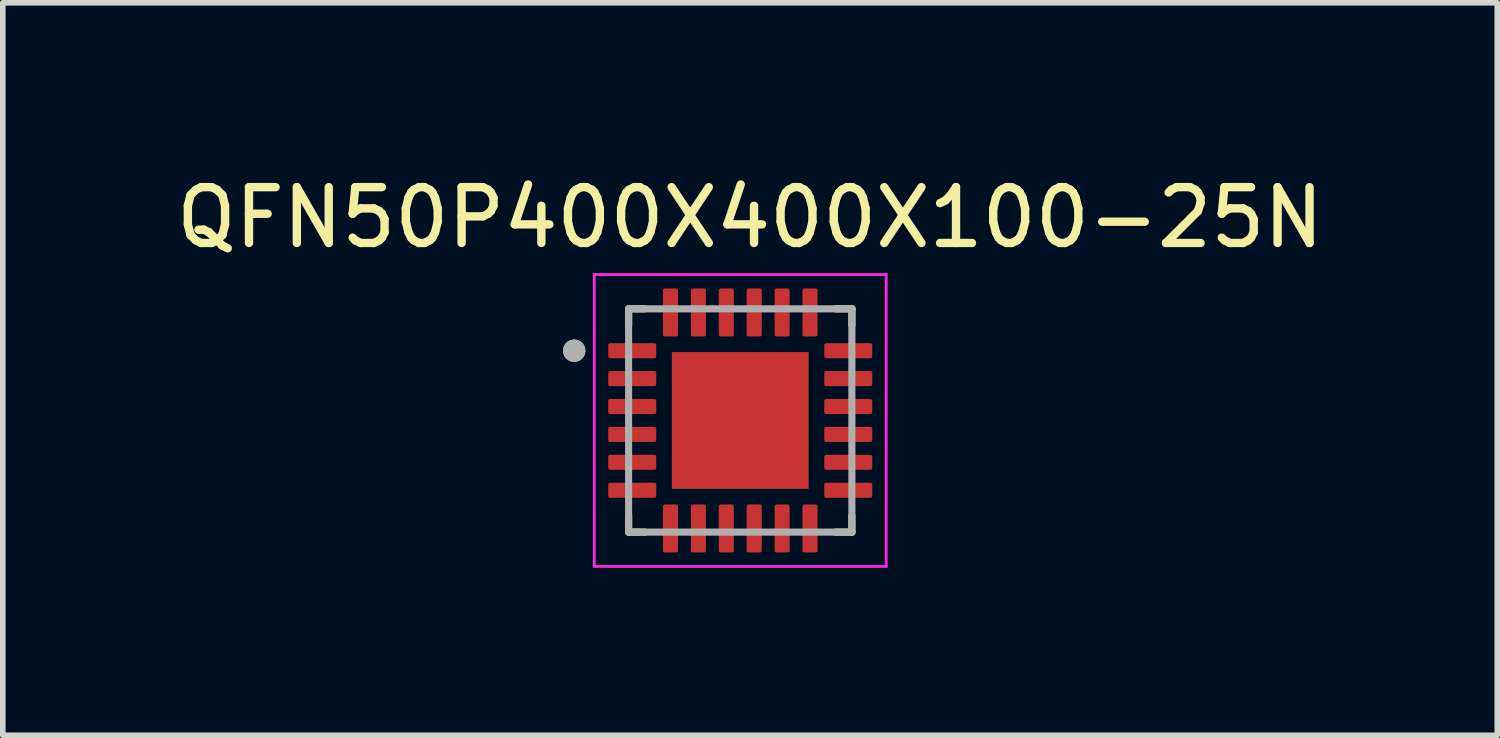
<source format=kicad_pcb>
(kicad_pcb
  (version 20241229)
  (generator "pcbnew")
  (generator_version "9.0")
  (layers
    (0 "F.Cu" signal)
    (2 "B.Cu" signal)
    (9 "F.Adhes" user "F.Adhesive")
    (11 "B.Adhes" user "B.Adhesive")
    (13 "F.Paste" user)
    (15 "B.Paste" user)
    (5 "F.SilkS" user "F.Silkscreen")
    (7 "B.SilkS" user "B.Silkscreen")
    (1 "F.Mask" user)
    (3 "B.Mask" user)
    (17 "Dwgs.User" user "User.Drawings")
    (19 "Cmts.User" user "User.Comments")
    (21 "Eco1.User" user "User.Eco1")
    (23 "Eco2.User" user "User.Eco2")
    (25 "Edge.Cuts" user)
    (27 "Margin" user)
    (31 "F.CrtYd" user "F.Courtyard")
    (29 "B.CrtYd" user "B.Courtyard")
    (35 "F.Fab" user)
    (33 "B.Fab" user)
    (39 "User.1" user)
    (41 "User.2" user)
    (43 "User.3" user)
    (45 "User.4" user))
  (footprint "QFN50P400X400X100-25N"
    (layer "F.Cu")
    (at 10.212 4.483)
    (property "Reference" "QFN50P400X400X100-25N" (at 0.175 -3.635 0) (layer "F.SilkS") (effects (font (size 1 1) (thickness 0.15))))
    (attr smd)
    (fp_line (start -2 -2) (end -2 -1.705) (stroke (width 0.127) (type solid)) (layer "F.SilkS"))
    (fp_line (start -2 -2) (end -1.705 -2) (stroke (width 0.127) (type solid)) (layer "F.SilkS"))
    (fp_line (start -2 2) (end -2 1.705) (stroke (width 0.127) (type solid)) (layer "F.SilkS"))
    (fp_line (start -2 2) (end -1.705 2) (stroke (width 0.127) (type solid)) (layer "F.SilkS"))
    (fp_line (start 2 -2) (end 1.705 -2) (stroke (width 0.127) (type solid)) (layer "F.SilkS"))
    (fp_line (start 2 -2) (end 2 -1.705) (stroke (width 0.127) (type solid)) (layer "F.SilkS"))
    (fp_line (start 2 2) (end 1.705 2) (stroke (width 0.127) (type solid)) (layer "F.SilkS"))
    (fp_line (start 2 2) (end 2 1.705) (stroke (width 0.127) (type solid)) (layer "F.SilkS"))
    (fp_circle (center -2.975 -1.25) (end -2.875 -1.25) (stroke (width 0.2) (type solid)) (fill no) (layer "F.SilkS"))
    (fp_poly (pts (xy -0.775 -0.775) (xy 0.775 -0.775) (xy 0.775 0.775) (xy -0.775 0.775)) (stroke (width 0.01) (type solid)) (fill yes) (layer "F.Paste"))
    (fp_line (start -2.615 -2.615) (end 2.615 -2.615) (stroke (width 0.05) (type solid)) (layer "F.CrtYd"))
    (fp_line (start -2.615 2.615) (end -2.615 -2.615) (stroke (width 0.05) (type solid)) (layer "F.CrtYd"))
    (fp_line (start -2.615 2.615) (end 2.615 2.615) (stroke (width 0.05) (type solid)) (layer "F.CrtYd"))
    (fp_line (start 2.615 2.615) (end 2.615 -2.615) (stroke (width 0.05) (type solid)) (layer "F.CrtYd"))
    (fp_line (start -2 2) (end -2 -2) (stroke (width 0.127) (type solid)) (layer "F.Fab"))
    (fp_line (start 2 -2) (end -2 -2) (stroke (width 0.127) (type solid)) (layer "F.Fab"))
    (fp_line (start 2 2) (end -2 2) (stroke (width 0.127) (type solid)) (layer "F.Fab"))
    (fp_line (start 2 2) (end 2 -2) (stroke (width 0.127) (type solid)) (layer "F.Fab"))
    (fp_circle (center -2.975 -1.25) (end -2.875 -1.25) (stroke (width 0.2) (type solid)) (fill no) (layer "F.Fab"))
    (pad "1" smd roundrect (at -1.935 -1.25) (size 0.86 0.27) (layers "F.Cu" "F.Mask" "F.Paste") (roundrect_rratio 0.125))
    (pad "2" smd roundrect (at -1.935 -0.75) (size 0.86 0.27) (layers "F.Cu" "F.Mask" "F.Paste") (roundrect_rratio 0.125))
    (pad "3" smd roundrect (at -1.935 -0.25) (size 0.86 0.27) (layers "F.Cu" "F.Mask" "F.Paste") (roundrect_rratio 0.125))
    (pad "4" smd roundrect (at -1.935 0.25) (size 0.86 0.27) (layers "F.Cu" "F.Mask" "F.Paste") (roundrect_rratio 0.125))
    (pad "5" smd roundrect (at -1.935 0.75) (size 0.86 0.27) (layers "F.Cu" "F.Mask" "F.Paste") (roundrect_rratio 0.125))
    (pad "6" smd roundrect (at -1.935 1.25) (size 0.86 0.27) (layers "F.Cu" "F.Mask" "F.Paste") (roundrect_rratio 0.125))
    (pad "7" smd roundrect (at -1.25 1.935 90) (size 0.86 0.27) (layers "F.Cu" "F.Mask" "F.Paste") (roundrect_rratio 0.125))
    (pad "8" smd roundrect (at -0.75 1.935 90) (size 0.86 0.27) (layers "F.Cu" "F.Mask" "F.Paste") (roundrect_rratio 0.125))
    (pad "9" smd roundrect (at -0.25 1.935 90) (size 0.86 0.27) (layers "F.Cu" "F.Mask" "F.Paste") (roundrect_rratio 0.125))
    (pad "10" smd roundrect (at 0.25 1.935 90) (size 0.86 0.27) (layers "F.Cu" "F.Mask" "F.Paste") (roundrect_rratio 0.125))
    (pad "11" smd roundrect (at 0.75 1.935 90) (size 0.86 0.27) (layers "F.Cu" "F.Mask" "F.Paste") (roundrect_rratio 0.125))
    (pad "12" smd roundrect (at 1.25 1.935 90) (size 0.86 0.27) (layers "F.Cu" "F.Mask" "F.Paste") (roundrect_rratio 0.125))
    (pad "13" smd roundrect (at 1.935 1.25) (size 0.86 0.27) (layers "F.Cu" "F.Mask" "F.Paste") (roundrect_rratio 0.125))
    (pad "14" smd roundrect (at 1.935 0.75) (size 0.86 0.27) (layers "F.Cu" "F.Mask" "F.Paste") (roundrect_rratio 0.125))
    (pad "15" smd roundrect (at 1.935 0.25) (size 0.86 0.27) (layers "F.Cu" "F.Mask" "F.Paste") (roundrect_rratio 0.125))
    (pad "16" smd roundrect (at 1.935 -0.25) (size 0.86 0.27) (layers "F.Cu" "F.Mask" "F.Paste") (roundrect_rratio 0.125))
    (pad "17" smd roundrect (at 1.935 -0.75) (size 0.86 0.27) (layers "F.Cu" "F.Mask" "F.Paste") (roundrect_rratio 0.125))
    (pad "18" smd roundrect (at 1.935 -1.25) (size 0.86 0.27) (layers "F.Cu" "F.Mask" "F.Paste") (roundrect_rratio 0.125))
    (pad "19" smd roundrect (at 1.25 -1.935 90) (size 0.86 0.27) (layers "F.Cu" "F.Mask" "F.Paste") (roundrect_rratio 0.125))
    (pad "20" smd roundrect (at 0.75 -1.935 90) (size 0.86 0.27) (layers "F.Cu" "F.Mask" "F.Paste") (roundrect_rratio 0.125))
    (pad "21" smd roundrect (at 0.25 -1.935 90) (size 0.86 0.27) (layers "F.Cu" "F.Mask" "F.Paste") (roundrect_rratio 0.125))
    (pad "22" smd roundrect (at -0.25 -1.935 90) (size 0.86 0.27) (layers "F.Cu" "F.Mask" "F.Paste") (roundrect_rratio 0.125))
    (pad "23" smd roundrect (at -0.75 -1.935 90) (size 0.86 0.27) (layers "F.Cu" "F.Mask" "F.Paste") (roundrect_rratio 0.125))
    (pad "24" smd roundrect (at -1.25 -1.935 90) (size 0.86 0.27) (layers "F.Cu" "F.Mask" "F.Paste") (roundrect_rratio 0.125))
    (pad "25" smd rect (at 0 0) (size 2.45 2.45) (layers "F.Cu" "F.Mask")))
  (gr_rect
    (start -3 -3)
    (end 23.774 10.123)
    (stroke (width 0.1) (type default))
    (fill no)
    (layer "Edge.Cuts")))
</source>
